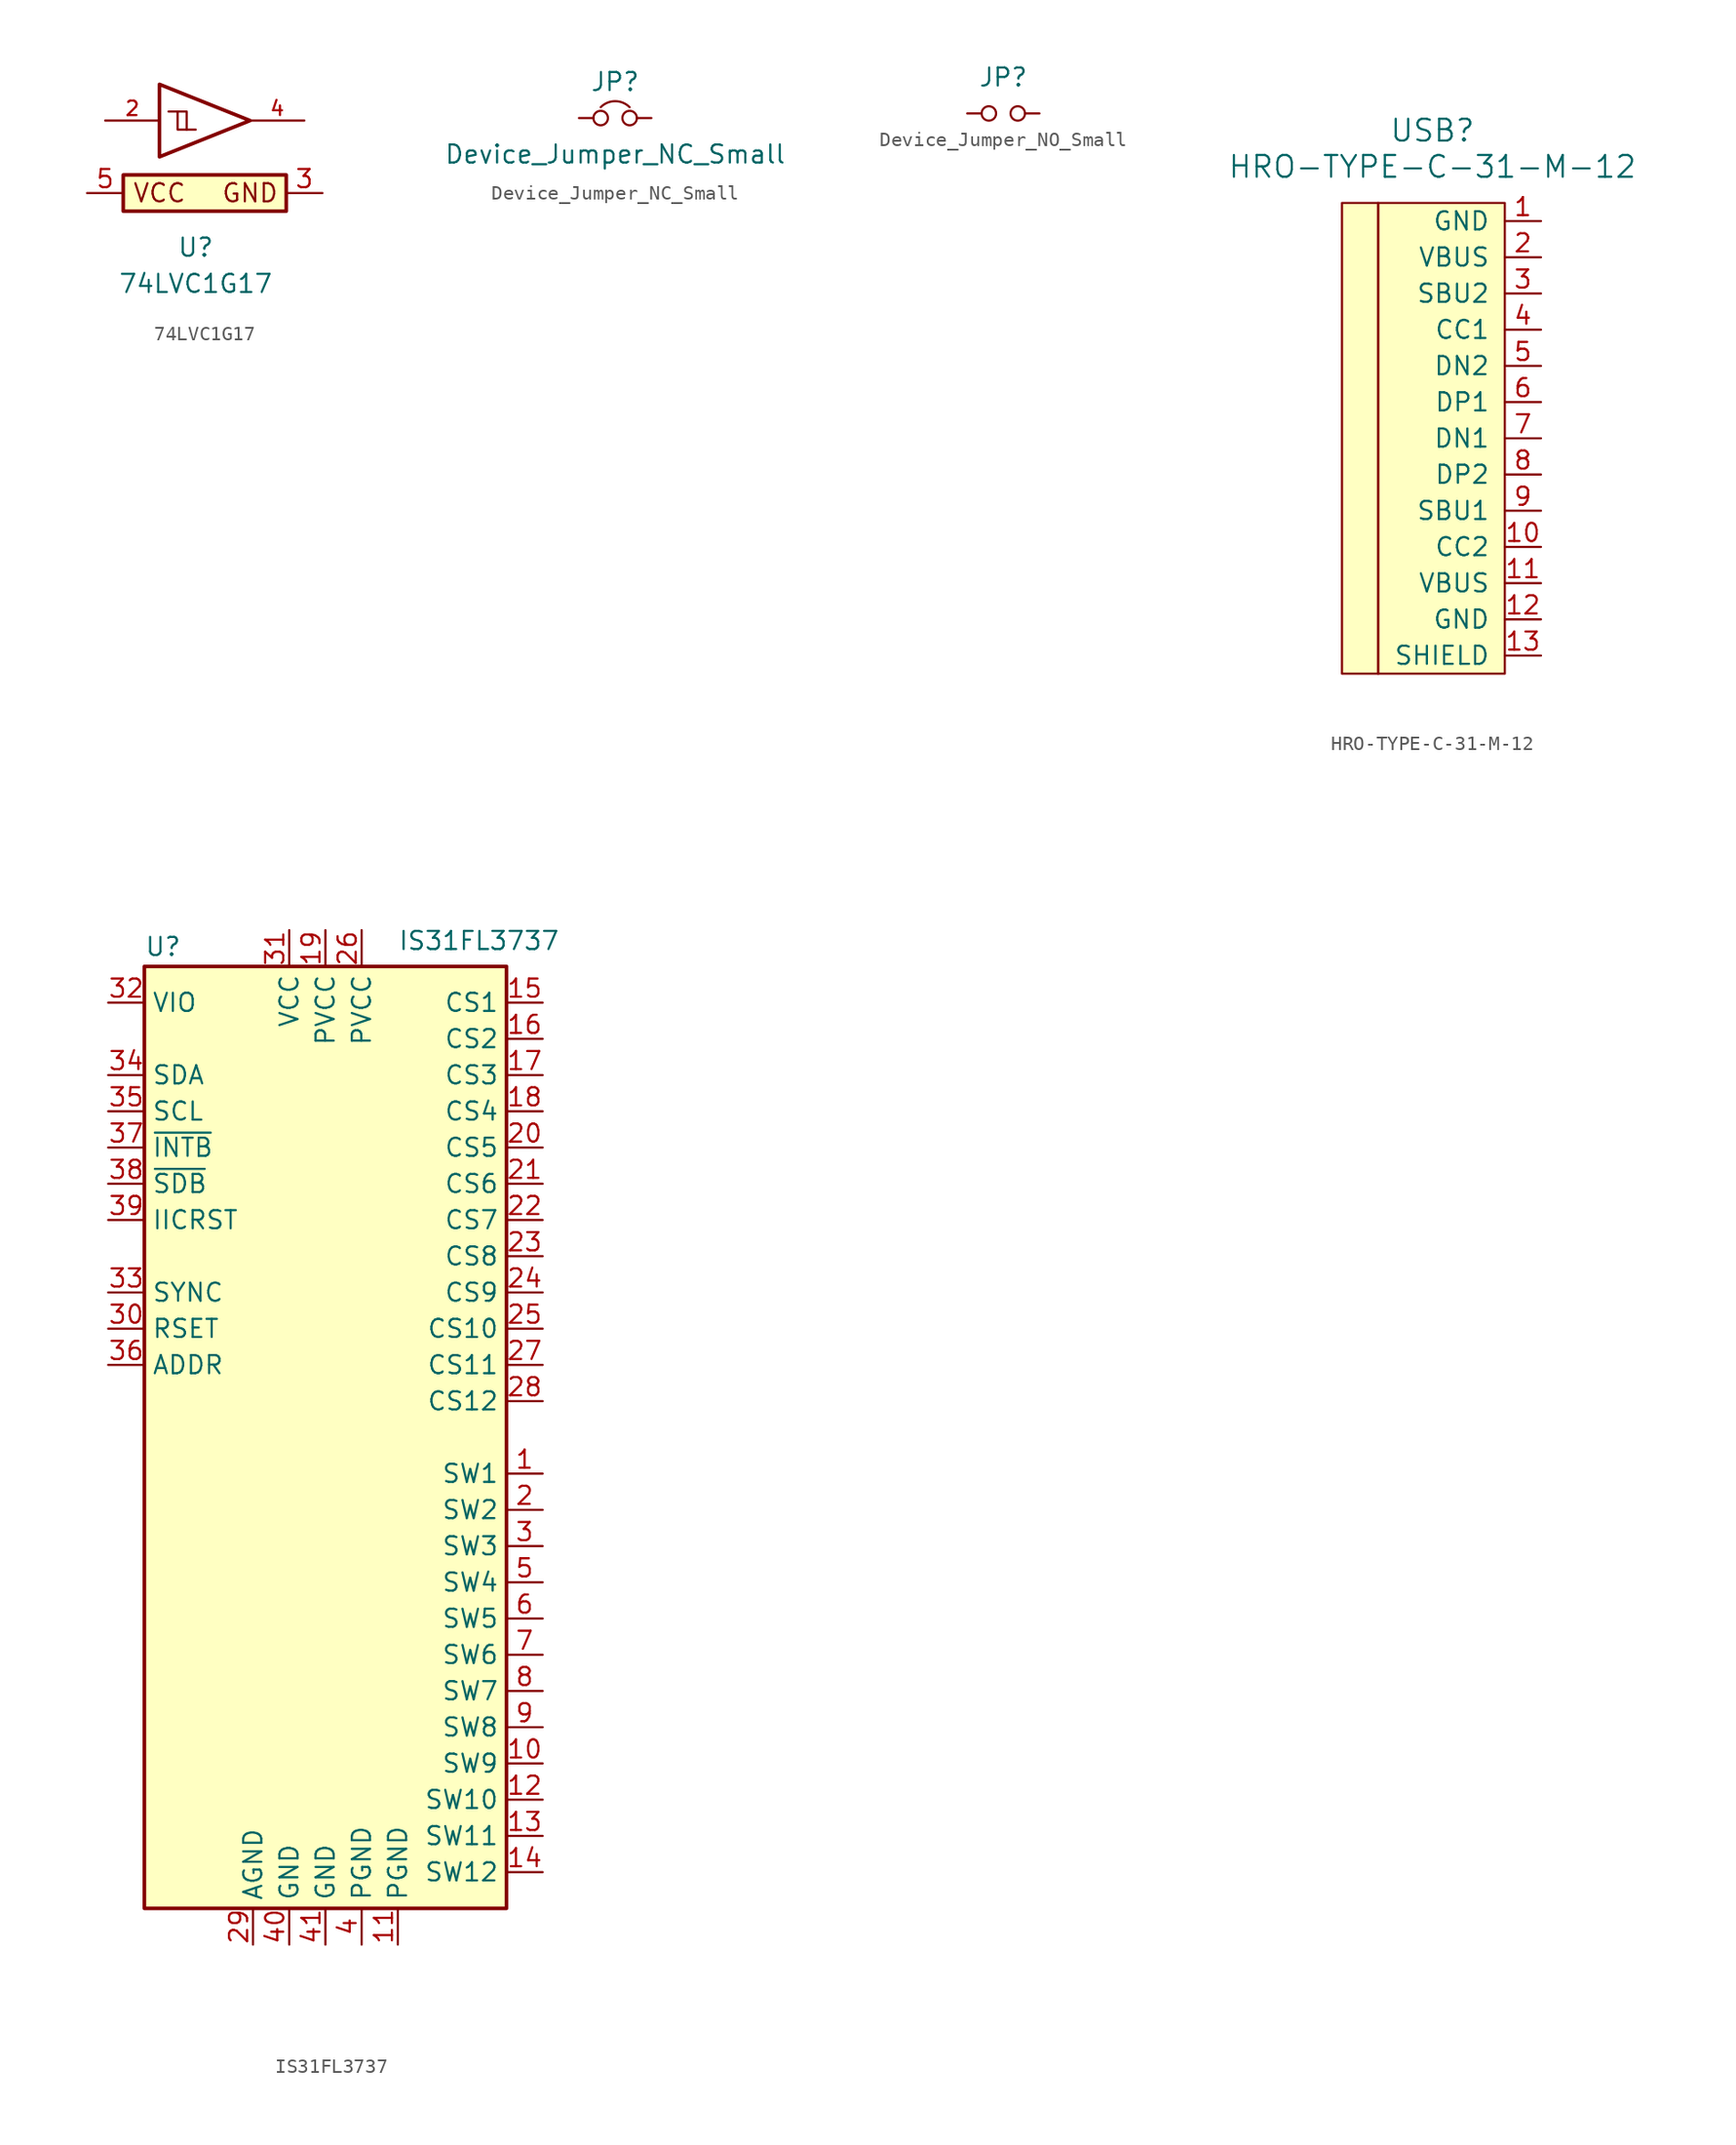
<source format=kicad_sym>
(kicad_symbol_lib
  (version 20231120)
  (generator "kicad_symbol_editor")
  (generator_version "8.0")
  (symbol "74LVC1G17"
    (pin_names
      (offset 1.016))
    (property "Reference" "U"
      (at 0 -8.89 0)
      (effects (font (size 1.27 1.27))))
    (property "Value" "74LVC1G17"
      (at 0 -11.43 0)
      (effects (font (size 1.27 1.27))))
    (symbol "74LVC1G17_0_0"
      (text "GND" (at 3.81 -5.08 0) (effects (font (size 1.27 1.27))))
      (text "VCC" (at -2.54 -5.08 0) (effects (font (size 1.27 1.27)))))
    (symbol "74LVC1G17_0_1"
      (rectangle (start -5.08 -3.81) (end 6.35 -6.35) (stroke (width 0.254) (type default)) (fill (type background)))
      (polyline (pts (xy -1.27 0.635) (xy -0.635 0.635) (xy -0.635 -0.635)) (stroke (width 0) (type default)) (fill (type none)))
      (polyline (pts (xy -2.54 2.54) (xy -2.54 -2.54) (xy 3.81 0) (xy -2.54 2.54)) (stroke (width 0.254) (type default)) (fill (type none)))
      (polyline (pts (xy -1.905 0.635) (xy -1.27 0.635) (xy -1.27 -0.635) (xy 0 -0.635)) (stroke (width 0) (type default)) (fill (type none))))
    (symbol "74LVC1G17_1_1"
      (pin input line (at -6.35 0 0) (length 3.81) (name "~" (effects (font (size 1.016 1.016)))) (number "2" (effects (font (size 1.016 1.016)))))
      (pin output line (at 8.89 -5.08 180) (length 2.54) (name "" (effects (font (size 1.27 1.27)))) (number "3" (effects (font (size 1.27 1.27)))))
      (pin power_in line (at 1.27 -2.54 270) (length 0) hide (name "GND" (effects (font (size 1.016 1.016)))) (number "3" (effects (font (size 1.016 1.016)))))
      (pin output line (at 7.62 0 180) (length 3.81) (name "~" (effects (font (size 1.016 1.016)))) (number "4" (effects (font (size 1.016 1.016)))))
      (pin input line (at -7.62 -5.08 0) (length 2.54) (name "" (effects (font (size 1.27 1.27)))) (number "5" (effects (font (size 1.27 1.27)))))
      (pin power_in line (at 1.27 2.54 90) (length 0) hide (name "VCC" (effects (font (size 1.016 1.016)))) (number "5" (effects (font (size 1.016 1.016)))))))
  (symbol "Device_Jumper_NC_Small"
    (pin_numbers hide)
    (pin_names
      (offset 0.762) hide)
    (property "Reference" "JP"
      (at 0 2.54 0)
      (effects (font (size 1.27 1.27))))
    (property "Value" "Device_Jumper_NC_Small"
      (at 0 -2.54 0)
      (effects (font (size 1.27 1.27))))
    (symbol "Device_Jumper_NC_Small_0_1"
      (circle (center -1.016 0) (radius 0.508) (stroke (width 0) (type solid)) (fill (type none)))
      (circle (center 1.016 0) (radius 0.508) (stroke (width 0) (type solid)) (fill (type none)))
      (arc (start 1.016 0.762) (mid 0 1.1828) (end -1.016 0.762) (stroke (width 0) (type solid)) (fill (type none)))
      (pin passive line (at -2.54 0 0) (length 1.016) (name "1" (effects (font (size 1.27 1.27)))) (number "1" (effects (font (size 1.27 1.27)))))
      (pin passive line (at 2.54 0 180) (length 1.016) (name "2" (effects (font (size 1.27 1.27)))) (number "2" (effects (font (size 1.27 1.27)))))))
  (symbol "Device_Jumper_NO_Small"
    (pin_numbers hide)
    (pin_names
      (offset 0.762) hide)
    (property "Reference" "JP"
      (at 0 2.54 0)
      (effects (font (size 1.27 1.27))))
    (symbol "Device_Jumper_NO_Small_0_1"
      (circle (center -1.016 0) (radius 0.508) (stroke (width 0) (type solid)) (fill (type none)))
      (circle (center 1.016 0) (radius 0.508) (stroke (width 0) (type solid)) (fill (type none)))
      (pin passive line (at -2.54 0 0) (length 1.016) (name "1" (effects (font (size 1.27 1.27)))) (number "1" (effects (font (size 1.27 1.27)))))
      (pin passive line (at 2.54 0 180) (length 1.016) (name "2" (effects (font (size 1.27 1.27)))) (number "2" (effects (font (size 1.27 1.27)))))))
  (symbol "HRO-TYPE-C-31-M-12"
    (pin_names
      (offset 1.016))
    (property "Reference" "USB"
      (at 0 20.32 0)
      (effects (font (size 1.524 1.524))))
    (property "Value" "HRO-TYPE-C-31-M-12"
      (at 0 17.78 0)
      (effects (font (size 1.524 1.524))))
    (symbol "HRO-TYPE-C-31-M-12_0_1"
      (rectangle (start -6.35 15.24) (end -3.81 -17.78) (stroke (width 0) (type default)) (fill (type background)))
      (rectangle (start 5.08 -17.78) (end -3.81 15.24) (stroke (width 0) (type default)) (fill (type background))))
    (symbol "HRO-TYPE-C-31-M-12_1_1"
      (pin input line (at 7.62 13.97 180) (length 2.54) (name "GND" (effects (font (size 1.27 1.27)))) (number "1" (effects (font (size 1.27 1.27)))))
      (pin input line (at 7.62 -8.89 180) (length 2.54) (name "CC2" (effects (font (size 1.27 1.27)))) (number "10" (effects (font (size 1.27 1.27)))))
      (pin input line (at 7.62 -11.43 180) (length 2.54) (name "VBUS" (effects (font (size 1.27 1.27)))) (number "11" (effects (font (size 1.27 1.27)))))
      (pin input line (at 7.62 -13.97 180) (length 2.54) (name "GND" (effects (font (size 1.27 1.27)))) (number "12" (effects (font (size 1.27 1.27)))))
      (pin input line (at 7.62 -16.51 180) (length 2.54) (name "SHIELD" (effects (font (size 1.27 1.27)))) (number "13" (effects (font (size 1.27 1.27)))))
      (pin input line (at 7.62 11.43 180) (length 2.54) (name "VBUS" (effects (font (size 1.27 1.27)))) (number "2" (effects (font (size 1.27 1.27)))))
      (pin input line (at 7.62 8.89 180) (length 2.54) (name "SBU2" (effects (font (size 1.27 1.27)))) (number "3" (effects (font (size 1.27 1.27)))))
      (pin input line (at 7.62 6.35 180) (length 2.54) (name "CC1" (effects (font (size 1.27 1.27)))) (number "4" (effects (font (size 1.27 1.27)))))
      (pin input line (at 7.62 3.81 180) (length 2.54) (name "DN2" (effects (font (size 1.27 1.27)))) (number "5" (effects (font (size 1.27 1.27)))))
      (pin input line (at 7.62 1.27 180) (length 2.54) (name "DP1" (effects (font (size 1.27 1.27)))) (number "6" (effects (font (size 1.27 1.27)))))
      (pin input line (at 7.62 -1.27 180) (length 2.54) (name "DN1" (effects (font (size 1.27 1.27)))) (number "7" (effects (font (size 1.27 1.27)))))
      (pin input line (at 7.62 -3.81 180) (length 2.54) (name "DP2" (effects (font (size 1.27 1.27)))) (number "8" (effects (font (size 1.27 1.27)))))
      (pin input line (at 7.62 -6.35 180) (length 2.54) (name "SBU1" (effects (font (size 1.27 1.27)))) (number "9" (effects (font (size 1.27 1.27)))))))
  (symbol "IS31FL3737"
    (property "Reference" "U"
      (at -12.7 33.655 0)
      (effects (font (size 1.27 1.27)) (justify left bottom)))
    (property "Value" "IS31FL3737"
      (at 5.08 35.56 0)
      (effects (font (size 1.27 1.27)) (justify left top)))
    (symbol "IS31FL3737_0_1"
      (rectangle (start -12.7 33.02) (end 12.7 -33.02) (stroke (width 0.254) (type default)) (fill (type background))))
    (symbol "IS31FL3737_1_1"
      (pin input line (at 15.24 -2.54 180) (length 2.54) (name "SW1" (effects (font (size 1.27 1.27)))) (number "1" (effects (font (size 1.27 1.27)))))
      (pin input line (at 15.24 -22.86 180) (length 2.54) (name "SW9" (effects (font (size 1.27 1.27)))) (number "10" (effects (font (size 1.27 1.27)))))
      (pin power_in line (at 5.08 -35.56 90) (length 2.54) (name "PGND" (effects (font (size 1.27 1.27)))) (number "11" (effects (font (size 1.27 1.27)))))
      (pin input line (at 15.24 -25.4 180) (length 2.54) (name "SW10" (effects (font (size 1.27 1.27)))) (number "12" (effects (font (size 1.27 1.27)))))
      (pin input line (at 15.24 -27.94 180) (length 2.54) (name "SW11" (effects (font (size 1.27 1.27)))) (number "13" (effects (font (size 1.27 1.27)))))
      (pin input line (at 15.24 -30.48 180) (length 2.54) (name "SW12" (effects (font (size 1.27 1.27)))) (number "14" (effects (font (size 1.27 1.27)))))
      (pin output line (at 15.24 30.48 180) (length 2.54) (name "CS1" (effects (font (size 1.27 1.27)))) (number "15" (effects (font (size 1.27 1.27)))))
      (pin output line (at 15.24 27.94 180) (length 2.54) (name "CS2" (effects (font (size 1.27 1.27)))) (number "16" (effects (font (size 1.27 1.27)))))
      (pin output line (at 15.24 25.4 180) (length 2.54) (name "CS3" (effects (font (size 1.27 1.27)))) (number "17" (effects (font (size 1.27 1.27)))))
      (pin output line (at 15.24 22.86 180) (length 2.54) (name "CS4" (effects (font (size 1.27 1.27)))) (number "18" (effects (font (size 1.27 1.27)))))
      (pin power_in line (at 0 35.56 270) (length 2.54) (name "PVCC" (effects (font (size 1.27 1.27)))) (number "19" (effects (font (size 1.27 1.27)))))
      (pin input line (at 15.24 -5.08 180) (length 2.54) (name "SW2" (effects (font (size 1.27 1.27)))) (number "2" (effects (font (size 1.27 1.27)))))
      (pin output line (at 15.24 20.32 180) (length 2.54) (name "CS5" (effects (font (size 1.27 1.27)))) (number "20" (effects (font (size 1.27 1.27)))))
      (pin output line (at 15.24 17.78 180) (length 2.54) (name "CS6" (effects (font (size 1.27 1.27)))) (number "21" (effects (font (size 1.27 1.27)))))
      (pin output line (at 15.24 15.24 180) (length 2.54) (name "CS7" (effects (font (size 1.27 1.27)))) (number "22" (effects (font (size 1.27 1.27)))))
      (pin output line (at 15.24 12.7 180) (length 2.54) (name "CS8" (effects (font (size 1.27 1.27)))) (number "23" (effects (font (size 1.27 1.27)))))
      (pin output line (at 15.24 10.16 180) (length 2.54) (name "CS9" (effects (font (size 1.27 1.27)))) (number "24" (effects (font (size 1.27 1.27)))))
      (pin output line (at 15.24 7.62 180) (length 2.54) (name "CS10" (effects (font (size 1.27 1.27)))) (number "25" (effects (font (size 1.27 1.27)))))
      (pin power_in line (at 2.54 35.56 270) (length 2.54) (name "PVCC" (effects (font (size 1.27 1.27)))) (number "26" (effects (font (size 1.27 1.27)))))
      (pin output line (at 15.24 5.08 180) (length 2.54) (name "CS11" (effects (font (size 1.27 1.27)))) (number "27" (effects (font (size 1.27 1.27)))))
      (pin output line (at 15.24 2.54 180) (length 2.54) (name "CS12" (effects (font (size 1.27 1.27)))) (number "28" (effects (font (size 1.27 1.27)))))
      (pin power_in line (at -5.08 -35.56 90) (length 2.54) (name "AGND" (effects (font (size 1.27 1.27)))) (number "29" (effects (font (size 1.27 1.27)))))
      (pin input line (at 15.24 -7.62 180) (length 2.54) (name "SW3" (effects (font (size 1.27 1.27)))) (number "3" (effects (font (size 1.27 1.27)))))
      (pin passive line (at -15.24 7.62 0) (length 2.54) (name "RSET" (effects (font (size 1.27 1.27)))) (number "30" (effects (font (size 1.27 1.27)))))
      (pin power_in line (at -2.54 35.56 270) (length 2.54) (name "VCC" (effects (font (size 1.27 1.27)))) (number "31" (effects (font (size 1.27 1.27)))))
      (pin input line (at -15.24 30.48 0) (length 2.54) (name "VIO" (effects (font (size 1.27 1.27)))) (number "32" (effects (font (size 1.27 1.27)))))
      (pin input line (at -15.24 10.16 0) (length 2.54) (name "SYNC" (effects (font (size 1.27 1.27)))) (number "33" (effects (font (size 1.27 1.27)))))
      (pin bidirectional line (at -15.24 25.4 0) (length 2.54) (name "SDA" (effects (font (size 1.27 1.27)))) (number "34" (effects (font (size 1.27 1.27)))))
      (pin input line (at -15.24 22.86 0) (length 2.54) (name "SCL" (effects (font (size 1.27 1.27)))) (number "35" (effects (font (size 1.27 1.27)))))
      (pin input line (at -15.24 5.08 0) (length 2.54) (name "ADDR" (effects (font (size 1.27 1.27)))) (number "36" (effects (font (size 1.27 1.27)))))
      (pin open_collector line (at -15.24 20.32 0) (length 2.54) (name "~{INTB}" (effects (font (size 1.27 1.27)))) (number "37" (effects (font (size 1.27 1.27)))))
      (pin input line (at -15.24 17.78 0) (length 2.54) (name "~{SDB}" (effects (font (size 1.27 1.27)))) (number "38" (effects (font (size 1.27 1.27)))))
      (pin input line (at -15.24 15.24 0) (length 2.54) (name "IICRST" (effects (font (size 1.27 1.27)))) (number "39" (effects (font (size 1.27 1.27)))))
      (pin power_in line (at 2.54 -35.56 90) (length 2.54) (name "PGND" (effects (font (size 1.27 1.27)))) (number "4" (effects (font (size 1.27 1.27)))))
      (pin power_in line (at -2.54 -35.56 90) (length 2.54) (name "GND" (effects (font (size 1.27 1.27)))) (number "40" (effects (font (size 1.27 1.27)))))
      (pin power_in line (at 0 -35.56 90) (length 2.54) (name "GND" (effects (font (size 1.27 1.27)))) (number "41" (effects (font (size 1.27 1.27)))))
      (pin input line (at 15.24 -10.16 180) (length 2.54) (name "SW4" (effects (font (size 1.27 1.27)))) (number "5" (effects (font (size 1.27 1.27)))))
      (pin input line (at 15.24 -12.7 180) (length 2.54) (name "SW5" (effects (font (size 1.27 1.27)))) (number "6" (effects (font (size 1.27 1.27)))))
      (pin input line (at 15.24 -15.24 180) (length 2.54) (name "SW6" (effects (font (size 1.27 1.27)))) (number "7" (effects (font (size 1.27 1.27)))))
      (pin input line (at 15.24 -17.78 180) (length 2.54) (name "SW7" (effects (font (size 1.27 1.27)))) (number "8" (effects (font (size 1.27 1.27)))))
      (pin input line (at 15.24 -20.32 180) (length 2.54) (name "SW8" (effects (font (size 1.27 1.27)))) (number "9" (effects (font (size 1.27 1.27))))))))
</source>
